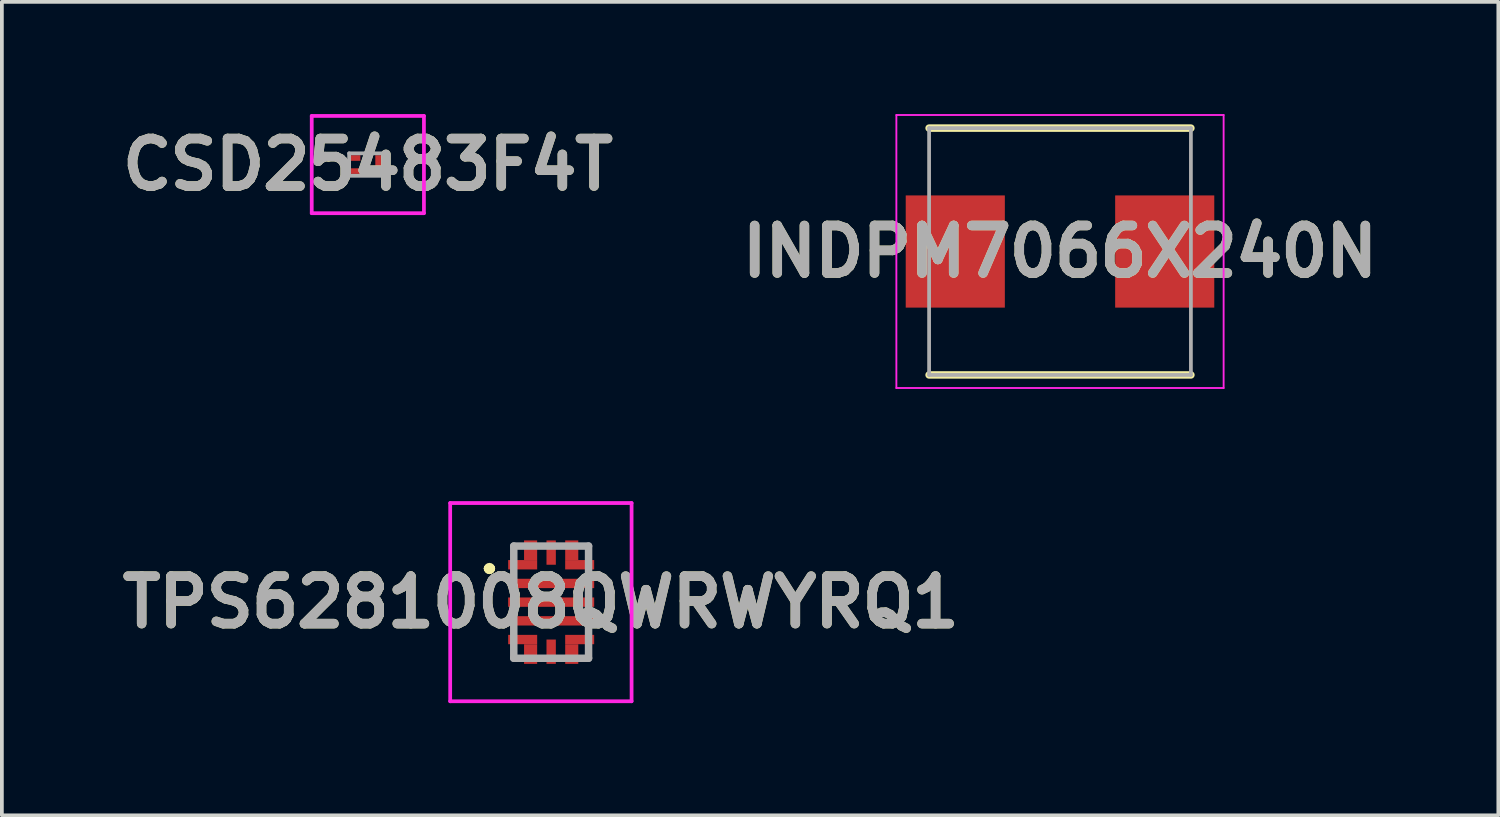
<source format=kicad_pcb>
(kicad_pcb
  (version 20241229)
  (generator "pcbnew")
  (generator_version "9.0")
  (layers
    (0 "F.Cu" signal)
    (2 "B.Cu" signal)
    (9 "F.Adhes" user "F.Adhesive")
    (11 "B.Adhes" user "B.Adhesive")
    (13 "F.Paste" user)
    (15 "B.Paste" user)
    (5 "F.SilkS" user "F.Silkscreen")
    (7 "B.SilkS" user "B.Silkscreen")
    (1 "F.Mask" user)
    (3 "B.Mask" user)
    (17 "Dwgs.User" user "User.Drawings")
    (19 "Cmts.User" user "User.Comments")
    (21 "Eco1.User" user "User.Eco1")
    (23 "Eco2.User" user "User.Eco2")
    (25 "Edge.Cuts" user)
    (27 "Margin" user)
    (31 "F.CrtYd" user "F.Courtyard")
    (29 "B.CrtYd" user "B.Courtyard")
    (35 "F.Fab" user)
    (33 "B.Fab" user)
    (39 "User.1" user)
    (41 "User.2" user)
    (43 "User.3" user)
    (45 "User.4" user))
  (footprint "INDPM7066X240N"
    (layer "F.Cu")
    (at 25.292 3.675)
    (property "Reference" "INDPM7066X240N" (at 0 0 0) (layer "F.SilkS") (effects (font (size 1.27 1.27) (thickness 0.254))))
    (attr smd)
    (fp_line (start -3.5 3.3) (end 3.5 3.3) (stroke (width 0.2) (type solid)) (layer "F.SilkS"))
    (fp_line (start 3.5 -3.3) (end -3.5 -3.3) (stroke (width 0.2) (type solid)) (layer "F.SilkS"))
    (fp_line (start -4.375 -3.65) (end 4.375 -3.65) (stroke (width 0.05) (type solid)) (layer "F.CrtYd"))
    (fp_line (start -4.375 3.65) (end -4.375 -3.65) (stroke (width 0.05) (type solid)) (layer "F.CrtYd"))
    (fp_line (start 4.375 -3.65) (end 4.375 3.65) (stroke (width 0.05) (type solid)) (layer "F.CrtYd"))
    (fp_line (start 4.375 3.65) (end -4.375 3.65) (stroke (width 0.05) (type solid)) (layer "F.CrtYd"))
    (fp_line (start -3.5 -3.3) (end 3.5 -3.3) (stroke (width 0.1) (type solid)) (layer "F.Fab"))
    (fp_line (start -3.5 3.3) (end -3.5 -3.3) (stroke (width 0.1) (type solid)) (layer "F.Fab"))
    (fp_line (start 3.5 -3.3) (end 3.5 3.3) (stroke (width 0.1) (type solid)) (layer "F.Fab"))
    (fp_line (start 3.5 3.3) (end -3.5 3.3) (stroke (width 0.1) (type solid)) (layer "F.Fab"))
    (fp_text user "${REFERENCE}" (at 0 0 0) (layer "F.Fab") (effects (font (size 1.27 1.27) (thickness 0.254))))
    (pad "1" smd rect (at -2.8 0) (size 2.65 3) (layers "F.Cu" "F.Mask" "F.Paste"))
    (pad "2" smd rect (at 2.8 0) (size 2.65 3) (layers "F.Cu" "F.Mask" "F.Paste")))
  (footprint "TPS6281008QWRWYRQ1"
    (layer "F.Cu")
    (at 11.687 13.05)
    (property "Reference" "TPS6281008QWRWYRQ1" (at -0.275 0 0) (layer "F.SilkS") (effects (font (size 1.27 1.27) (thickness 0.254))))
    (attr smd)
    (fp_line (start -1.7 -0.9) (end -1.7 -0.9) (stroke (width 0.2) (type solid)) (layer "F.SilkS"))
    (fp_line (start -1.7 -0.9) (end -1.7 -0.9) (stroke (width 0.2) (type solid)) (layer "F.SilkS"))
    (fp_line (start -1.6 -0.9) (end -1.6 -0.9) (stroke (width 0.2) (type solid)) (layer "F.SilkS"))
    (fp_arc (start -1.7 -0.9) (mid -1.65 -0.95) (end -1.6 -0.9) (stroke (width 0.2) (type solid)) (layer "F.SilkS"))
    (fp_arc (start -1.6 -0.9) (mid -1.65 -0.85) (end -1.7 -0.9) (stroke (width 0.2) (type solid)) (layer "F.SilkS"))
    (fp_arc (start -1.6 -0.9) (mid -1.65 -0.85) (end -1.7 -0.9) (stroke (width 0.2) (type solid)) (layer "F.SilkS"))
    (fp_line (start -2.7 -2.65) (end 2.15 -2.65) (stroke (width 0.1) (type solid)) (layer "F.CrtYd"))
    (fp_line (start -2.7 2.65) (end -2.7 -2.65) (stroke (width 0.1) (type solid)) (layer "F.CrtYd"))
    (fp_line (start 2.15 -2.65) (end 2.15 2.65) (stroke (width 0.1) (type solid)) (layer "F.CrtYd"))
    (fp_line (start 2.15 2.65) (end -2.7 2.65) (stroke (width 0.1) (type solid)) (layer "F.CrtYd"))
    (fp_line (start -1 -1.5) (end -1 1.5) (stroke (width 0.2) (type solid)) (layer "F.Fab"))
    (fp_line (start -1 1.5) (end 1 1.5) (stroke (width 0.2) (type solid)) (layer "F.Fab"))
    (fp_line (start 1 -1.5) (end -1 -1.5) (stroke (width 0.2) (type solid)) (layer "F.Fab"))
    (fp_line (start 1 1.5) (end 1 -1.5) (stroke (width 0.2) (type solid)) (layer "F.Fab"))
    (fp_text user "${REFERENCE}" (at -0.275 0 0) (layer "F.Fab") (effects (font (size 1.27 1.27) (thickness 0.254))))
    (pad "1" smd rect (at -0.762 -1 90) (size 0.25 0.775) (layers "F.Cu" "F.Mask" "F.Paste"))
    (pad "2" smd rect (at 0 -0.5 90) (size 0.25 2.3) (layers "F.Cu" "F.Mask" "F.Paste"))
    (pad "3" smd rect (at 0 0 90) (size 0.25 2.3) (layers "F.Cu" "F.Mask" "F.Paste"))
    (pad "4" smd rect (at 0 0.5 90) (size 0.25 2.3) (layers "F.Cu" "F.Mask" "F.Paste"))
    (pad "5" smd rect (at -0.762 1 90) (size 0.25 0.775) (layers "F.Cu" "F.Mask" "F.Paste"))
    (pad "6" smd rect (at 0 1.325) (size 0.25 0.65) (layers "F.Cu" "F.Mask" "F.Paste"))
    (pad "7" smd rect (at 0.762 1 90) (size 0.25 0.775) (layers "F.Cu" "F.Mask" "F.Paste"))
    (pad "8" smd rect (at 0.762 -1 90) (size 0.25 0.775) (layers "F.Cu" "F.Mask" "F.Paste"))
    (pad "9" smd rect (at 0 -1.325) (size 0.25 0.65) (layers "F.Cu" "F.Mask" "F.Paste"))
    (pad "10" smd rect (at -0.55 -1.388) (size 0.35 0.525) (layers "F.Cu" "F.Mask" "F.Paste"))
    (pad "11" smd rect (at -0.55 1.388) (size 0.35 0.525) (layers "F.Cu" "F.Mask" "F.Paste"))
    (pad "12" smd rect (at 0.55 1.388) (size 0.35 0.525) (layers "F.Cu" "F.Mask" "F.Paste"))
    (pad "13" smd rect (at 0.55 -1.388) (size 0.35 0.525) (layers "F.Cu" "F.Mask" "F.Paste")))
  (footprint "CSD25483F4T"
    (layer "F.Cu")
    (at 6.785 1.35)
    (property "Reference" "CSD25483F4T" (at 0 0 0) (layer "F.SilkS") (effects (font (size 1.27 1.27) (thickness 0.254))))
    (attr smd)
    (fp_line (start -1.1 -0.175) (end -1.1 -0.175) (stroke (width 0.1) (type solid)) (layer "F.SilkS"))
    (fp_line (start -1 -0.175) (end -1 -0.175) (stroke (width 0.1) (type solid)) (layer "F.SilkS"))
    (fp_arc (start -1.1 -0.175) (mid -1.05 -0.225) (end -1 -0.175) (stroke (width 0.1) (type solid)) (layer "F.SilkS"))
    (fp_arc (start -1 -0.175) (mid -1.05 -0.125) (end -1.1 -0.175) (stroke (width 0.1) (type solid)) (layer "F.SilkS"))
    (fp_line (start -1.5 -1.3) (end 1.5 -1.3) (stroke (width 0.1) (type solid)) (layer "F.CrtYd"))
    (fp_line (start -1.5 1.3) (end -1.5 -1.3) (stroke (width 0.1) (type solid)) (layer "F.CrtYd"))
    (fp_line (start 1.5 -1.3) (end 1.5 1.3) (stroke (width 0.1) (type solid)) (layer "F.CrtYd"))
    (fp_line (start 1.5 1.3) (end -1.5 1.3) (stroke (width 0.1) (type solid)) (layer "F.CrtYd"))
    (fp_line (start -0.5 -0.3) (end 0.5 -0.3) (stroke (width 0.1) (type solid)) (layer "F.Fab"))
    (fp_line (start -0.5 0.3) (end -0.5 -0.3) (stroke (width 0.1) (type solid)) (layer "F.Fab"))
    (fp_line (start 0.5 -0.3) (end 0.5 0.3) (stroke (width 0.1) (type solid)) (layer "F.Fab"))
    (fp_line (start 0.5 0.3) (end -0.5 0.3) (stroke (width 0.1) (type solid)) (layer "F.Fab"))
    (fp_text user "${REFERENCE}" (at 0 0 0) (layer "F.Fab") (effects (font (size 1.27 1.27) (thickness 0.254))))
    (pad "1" smd rect (at -0.325 -0.175 90) (size 0.15 0.25) (layers "F.Cu" "F.Mask" "F.Paste"))
    (pad "2" smd rect (at -0.325 0.175 90) (size 0.15 0.25) (layers "F.Cu" "F.Mask" "F.Paste"))
    (pad "3" smd rect (at 0.325 0) (size 0.25 0.5) (layers "F.Cu" "F.Mask" "F.Paste")))
  (gr_rect
    (start -3 -3)
    (end 37.012 18.75)
    (stroke (width 0.1) (type default))
    (fill no)
    (layer "Edge.Cuts")))
</source>
